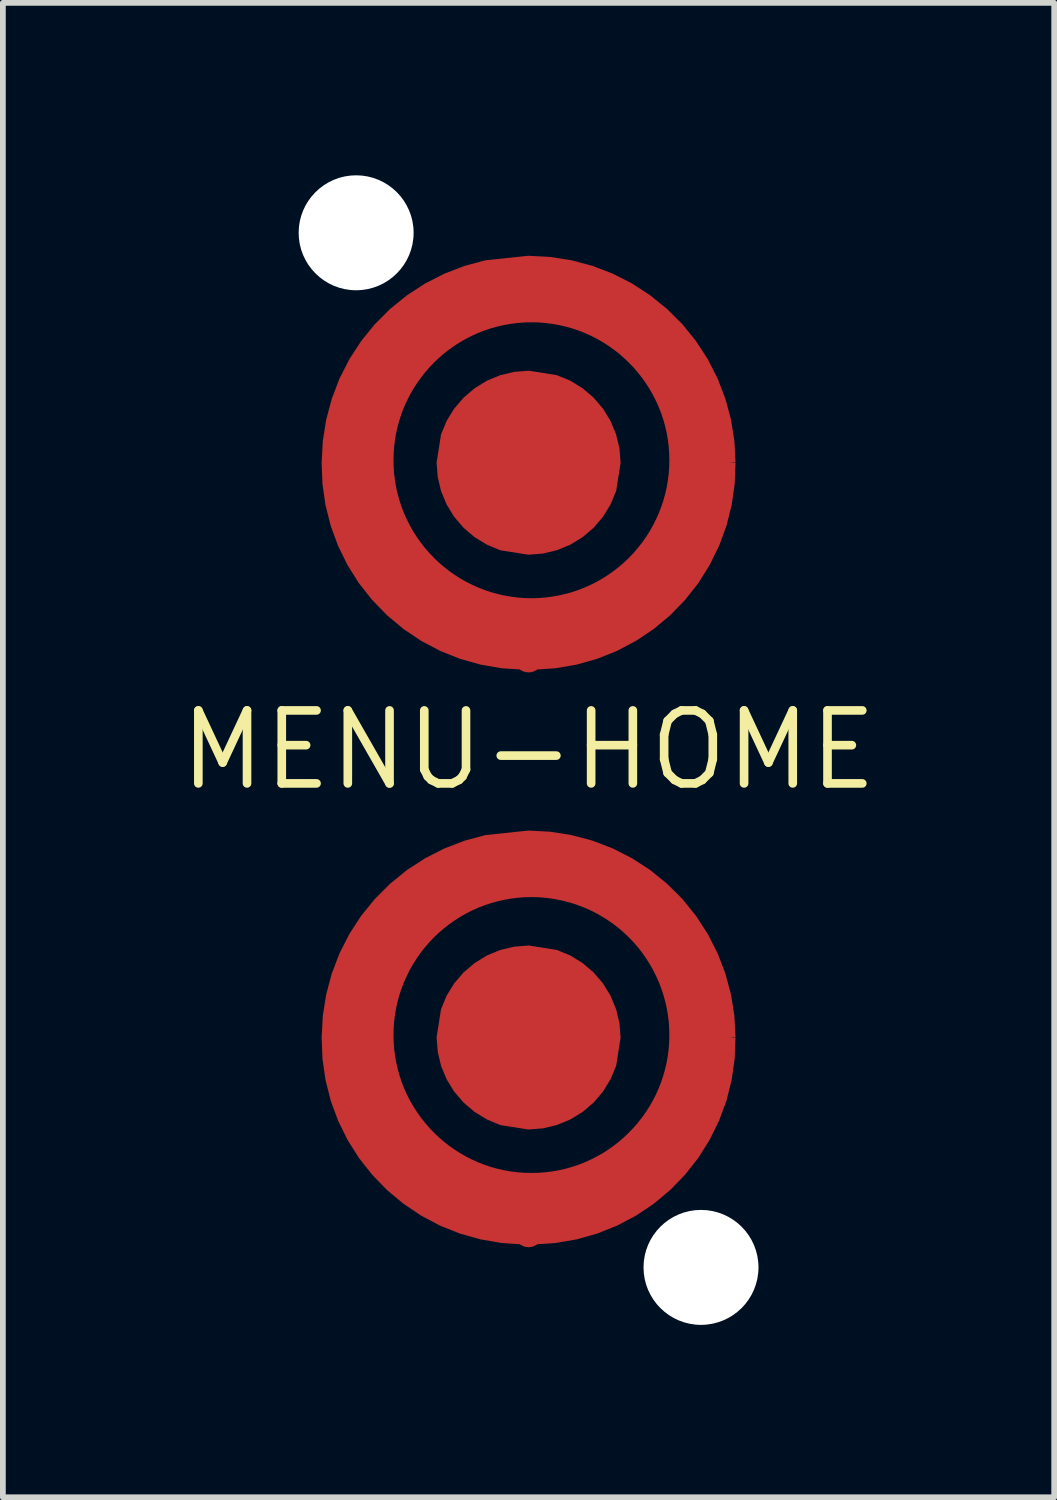
<source format=kicad_pcb>
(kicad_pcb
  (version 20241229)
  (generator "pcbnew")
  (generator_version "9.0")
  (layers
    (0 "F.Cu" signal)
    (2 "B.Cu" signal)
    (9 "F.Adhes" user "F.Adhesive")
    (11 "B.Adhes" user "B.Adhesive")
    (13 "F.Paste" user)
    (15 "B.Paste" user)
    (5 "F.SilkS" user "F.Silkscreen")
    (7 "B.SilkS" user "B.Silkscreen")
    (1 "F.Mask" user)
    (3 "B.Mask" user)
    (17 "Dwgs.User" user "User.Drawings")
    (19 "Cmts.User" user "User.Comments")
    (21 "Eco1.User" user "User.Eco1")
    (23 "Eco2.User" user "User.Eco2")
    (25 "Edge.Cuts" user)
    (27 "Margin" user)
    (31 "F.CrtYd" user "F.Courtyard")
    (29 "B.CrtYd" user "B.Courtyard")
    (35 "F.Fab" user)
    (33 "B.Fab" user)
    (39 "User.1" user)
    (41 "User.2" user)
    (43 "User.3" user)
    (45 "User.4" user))
  (footprint "MENU-HOME"
    (layer "F.Cu")
    (at 6.146 10)
    (property "Reference" "MENU-HOME" (at 0 0 0) (layer "F.SilkS") (effects (font (size 1.27 1.27) (thickness 0.15))))
    (fp_poly (pts (xy 0.402 -9.08) (xy 0.8 -9.021) (xy 1.19 -8.924) (xy 1.569 -8.788) (xy 1.933 -8.616) (xy 2.278 -8.409) (xy 2.601 -8.169) (xy 2.899 -7.899) (xy 3.169 -7.601) (xy 3.409 -7.278) (xy 3.616 -6.933) (xy 3.788 -6.569) (xy 3.924 -6.19) (xy 4.022 -5.798) (xy 4.1 -5.002) (xy 4.08 -4.598) (xy 4.021 -4.2) (xy 3.924 -3.81) (xy 3.788 -3.431) (xy 3.616 -3.067) (xy 3.409 -2.722) (xy 3.169 -2.399) (xy 2.899 -2.101) (xy 2.601 -1.831) (xy 2.278 -1.591) (xy 1.933 -1.384) (xy 1.569 -1.212) (xy 1.19 -1.076) (xy 0.798 -0.978) (xy 0.002 -0.9) (xy -0.402 -0.92) (xy -0.8 -0.979) (xy -1.19 -1.076) (xy -1.569 -1.212) (xy -1.933 -1.384) (xy -2.278 -1.591) (xy -2.601 -1.831) (xy -2.899 -2.101) (xy -3.169 -2.399) (xy -3.409 -2.722) (xy -3.616 -3.067) (xy -3.788 -3.431) (xy -3.924 -3.81) (xy -4.022 -4.202) (xy -4.1 -4.998) (xy -4.08 -5.402) (xy -4.021 -5.8) (xy -3.924 -6.19) (xy -3.788 -6.569) (xy -3.616 -6.933) (xy -3.409 -7.278) (xy -3.169 -7.601) (xy -2.899 -7.899) (xy -2.601 -8.169) (xy -2.278 -8.409) (xy -1.933 -8.616) (xy -1.569 -8.788) (xy -1.19 -8.924) (xy -0.798 -9.022) (xy -0.002 -9.1)) (stroke (width 0) (type default)) (fill yes) (layer "F.Mask"))
    (fp_poly (pts (xy 0.402 0.92) (xy 0.8 0.979) (xy 1.19 1.076) (xy 1.569 1.212) (xy 1.933 1.384) (xy 2.278 1.591) (xy 2.601 1.831) (xy 2.899 2.101) (xy 3.169 2.399) (xy 3.409 2.722) (xy 3.616 3.067) (xy 3.788 3.431) (xy 3.924 3.81) (xy 4.022 4.202) (xy 4.1 4.998) (xy 4.08 5.402) (xy 4.021 5.8) (xy 3.924 6.19) (xy 3.788 6.569) (xy 3.616 6.933) (xy 3.409 7.278) (xy 3.169 7.601) (xy 2.899 7.899) (xy 2.601 8.169) (xy 2.278 8.409) (xy 1.933 8.616) (xy 1.569 8.788) (xy 1.19 8.924) (xy 0.798 9.022) (xy 0.002 9.1) (xy -0.402 9.08) (xy -0.8 9.021) (xy -1.19 8.924) (xy -1.569 8.788) (xy -1.933 8.616) (xy -2.278 8.409) (xy -2.601 8.169) (xy -2.899 7.899) (xy -3.169 7.601) (xy -3.409 7.278) (xy -3.616 6.933) (xy -3.788 6.569) (xy -3.924 6.19) (xy -4.022 5.798) (xy -4.1 5.002) (xy -4.08 4.598) (xy -4.021 4.2) (xy -3.924 3.81) (xy -3.788 3.431) (xy -3.616 3.067) (xy -3.409 2.722) (xy -3.169 2.399) (xy -2.899 2.101) (xy -2.601 1.831) (xy -2.278 1.591) (xy -1.933 1.384) (xy -1.569 1.212) (xy -1.19 1.076) (xy -0.798 0.978) (xy -0.002 0.9)) (stroke (width 0) (type default)) (fill yes) (layer "F.Mask"))
    (pad "" np_thru_hole circle (at -3 -9) (size 2 2) (drill 2) (layers "*.Cu" "*.Mask"))
    (pad "" np_thru_hole circle (at 3 9) (size 2 2) (drill 2) (layers "*.Cu" "*.Mask"))
    (pad "GND3" smd custom (at 0 -1.6 90) (size 0.5 0.5) (layers "F.Cu" "F.Mask") (options (anchor circle)) (primitives (gr_poly (pts (xy -0.25 0) (xy -0.231 -0.096) (xy -0.177 -0.177) (xy -0.096 -0.231) (xy 0 -0.25) (xy 0.096 -0.231) (xy 0.177 -0.177) (xy 0.231 -0.096) (xy 0.25 0) (xy 0.231 0.096) (xy 0.177 0.177) (xy 0.096 0.231) (xy 0 0.25) (xy -0.096 0.231) (xy -0.177 0.177) (xy -0.231 0.096) (xy -0.25 0)) (width 0) (fill yes)) (gr_poly (pts (xy 3.776 -3.58) (xy 4.148 -3.521) (xy 4.512 -3.424) (xy 4.864 -3.289) (xy 5.2 -3.118) (xy 5.516 -2.913) (xy 5.809 -2.675) (xy 6.075 -2.409) (xy 6.312 -2.116) (xy 6.518 -1.8) (xy 6.689 -1.464) (xy 6.824 -1.113) (xy 6.922 -0.746) (xy 7 -0.003) (xy 6.98 0.376) (xy 6.921 0.749) (xy 6.824 1.113) (xy 6.689 1.464) (xy 6.518 1.8) (xy 6.312 2.116) (xy 6.075 2.409) (xy 5.809 2.676) (xy 5.516 2.913) (xy 5.2 3.118) (xy 4.864 3.289) (xy 4.512 3.424) (xy 4.148 3.522) (xy 3.776 3.581) (xy 3.405 3.6) (xy 3.4 3.5) (xy 3.396 3.6) (xy 3.03 3.586) (xy 2.662 3.533) (xy 2.302 3.443) (xy 1.953 3.314) (xy 1.619 3.15) (xy 1.304 2.953) (xy 1.013 2.723) (xy 0.746 2.464) (xy 0.508 2.179) (xy 0.301 1.87) (xy 0.127 1.541) (xy -0.011 1.196) (xy -0.112 0.839) (xy -0.176 0.472) (xy -0.204 0.05) (xy 1.042 0.05) (xy 1.045 0.169) (xy 1.054 0.287) (xy 1.069 0.404) (xy 1.089 0.52) (xy 1.115 0.635) (xy 1.146 0.748) (xy 1.183 0.859) (xy 1.225 0.968) (xy 1.273 1.075) (xy 1.325 1.18) (xy 1.383 1.282) (xy 1.446 1.381) (xy 1.514 1.477) (xy 1.586 1.571) (xy 1.664 1.66) (xy 1.746 1.747) (xy 1.832 1.829) (xy 1.922 1.906) (xy 2.015 1.979) (xy 2.111 2.046) (xy 2.211 2.109) (xy 2.313 2.167) (xy 2.417 2.219) (xy 2.524 2.267) (xy 2.634 2.309) (xy 2.745 2.346) (xy 2.858 2.377) (xy 2.972 2.403) (xy 3.089 2.423) (xy 3.206 2.438) (xy 3.324 2.446) (xy 3.443 2.449) (xy 3.567 2.446) (xy 3.688 2.437) (xy 3.808 2.422) (xy 3.927 2.401) (xy 4.043 2.374) (xy 4.157 2.341) (xy 4.268 2.304) (xy 4.377 2.261) (xy 4.483 2.213) (xy 4.587 2.16) (xy 4.687 2.102) (xy 4.785 2.039) (xy 4.879 1.973) (xy 4.969 1.901) (xy 5.057 1.826) (xy 5.14 1.746) (xy 5.219 1.663) (xy 5.295 1.576) (xy 5.366 1.485) (xy 5.433 1.391) (xy 5.495 1.294) (xy 5.553 1.193) (xy 5.606 1.09) (xy 5.654 0.984) (xy 5.697 0.875) (xy 5.735 0.763) (xy 5.767 0.649) (xy 5.794 0.533) (xy 5.815 0.415) (xy 5.83 0.295) (xy 5.84 0.173) (xy 5.843 0.05) (xy 5.84 -0.074) (xy 5.83 -0.196) (xy 5.815 -0.316) (xy 5.794 -0.434) (xy 5.767 -0.55) (xy 5.735 -0.664) (xy 5.697 -0.776) (xy 5.654 -0.885) (xy 5.606 -0.991) (xy 5.553 -1.094) (xy 5.495 -1.195) (xy 5.433 -1.292) (xy 5.366 -1.386) (xy 5.295 -1.477) (xy 5.219 -1.564) (xy 5.14 -1.647) (xy 5.056 -1.727) (xy 4.969 -1.802) (xy 4.879 -1.873) (xy 4.785 -1.94) (xy 4.687 -2.003) (xy 4.587 -2.061) (xy 4.483 -2.114) (xy 4.377 -2.162) (xy 4.268 -2.205) (xy 4.156 -2.242) (xy 4.043 -2.275) (xy 3.927 -2.302) (xy 3.808 -2.323) (xy 3.688 -2.338) (xy 3.566 -2.347) (xy 3.443 -2.35) (xy 3.443 -2.35) (xy 3.324 -2.347) (xy 3.205 -2.339) (xy 3.088 -2.324) (xy 2.972 -2.304) (xy 2.858 -2.278) (xy 2.745 -2.247) (xy 2.633 -2.21) (xy 2.524 -2.168) (xy 2.417 -2.12) (xy 2.312 -2.068) (xy 2.21 -2.01) (xy 2.111 -1.947) (xy 2.015 -1.879) (xy 1.922 -1.807) (xy 1.832 -1.729) (xy 1.746 -1.647) (xy 1.663 -1.561) (xy 1.586 -1.471) (xy 1.513 -1.378) (xy 1.446 -1.282) (xy 1.383 -1.183) (xy 1.325 -1.08) (xy 1.273 -0.976) (xy 1.225 -0.869) (xy 1.183 -0.76) (xy 1.146 -0.648) (xy 1.115 -0.535) (xy 1.089 -0.421) (xy 1.069 -0.305) (xy 1.054 -0.188) (xy 1.045 -0.069) (xy 1.042 0.05) (xy -0.204 0.05) (xy -0.207 -0.000047) (xy -0.1 -0.000047) (xy -0.1 -0.1) (xy -0.2 -0.106) (xy -0.176 -0.472) (xy -0.112 -0.838) (xy -0.011 -1.196) (xy 0.127 -1.541) (xy 0.301 -1.87) (xy 0.508 -2.178) (xy 0.746 -2.463) (xy 1.013 -2.722) (xy 1.304 -2.952) (xy 1.619 -3.15) (xy 1.953 -3.314) (xy 2.302 -3.442) (xy 2.662 -3.533) (xy 3.03 -3.586) (xy 3.4 -3.6)) (width 0) (fill yes))))
    (pad "GND4" smd custom (at 0 8.4 90) (size 0.5 0.5) (layers "F.Cu" "F.Mask") (options (anchor circle)) (primitives (gr_poly (pts (xy -0.25 0) (xy -0.231 -0.096) (xy -0.177 -0.177) (xy -0.096 -0.231) (xy 0 -0.25) (xy 0.096 -0.231) (xy 0.177 -0.177) (xy 0.231 -0.096) (xy 0.25 0) (xy 0.231 0.096) (xy 0.177 0.177) (xy 0.096 0.231) (xy 0 0.25) (xy -0.096 0.231) (xy -0.177 0.177) (xy -0.231 0.096) (xy -0.25 0)) (width 0) (fill yes)) (gr_poly (pts (xy 3.776 -3.58) (xy 4.148 -3.521) (xy 4.512 -3.424) (xy 4.864 -3.289) (xy 5.2 -3.118) (xy 5.516 -2.913) (xy 5.809 -2.675) (xy 6.075 -2.409) (xy 6.313 -2.116) (xy 6.518 -1.8) (xy 6.689 -1.464) (xy 6.824 -1.113) (xy 6.922 -0.746) (xy 7 -0.003) (xy 6.98 0.376) (xy 6.921 0.749) (xy 6.824 1.113) (xy 6.689 1.464) (xy 6.518 1.8) (xy 6.313 2.116) (xy 6.075 2.409) (xy 5.809 2.676) (xy 5.516 2.913) (xy 5.2 3.118) (xy 4.864 3.289) (xy 4.512 3.424) (xy 4.148 3.522) (xy 3.776 3.581) (xy 3.405 3.6) (xy 3.4 3.5) (xy 3.396 3.6) (xy 3.03 3.586) (xy 2.662 3.533) (xy 2.301 3.443) (xy 1.953 3.314) (xy 1.619 3.15) (xy 1.305 2.953) (xy 1.013 2.723) (xy 0.746 2.464) (xy 0.508 2.179) (xy 0.301 1.87) (xy 0.127 1.541) (xy -0.011 1.196) (xy -0.112 0.839) (xy -0.175 0.472) (xy -0.204 0.05) (xy 1.043 0.05) (xy 1.046 0.173) (xy 1.055 0.295) (xy 1.07 0.415) (xy 1.091 0.533) (xy 1.118 0.649) (xy 1.151 0.763) (xy 1.188 0.875) (xy 1.231 0.984) (xy 1.279 1.09) (xy 1.332 1.193) (xy 1.39 1.294) (xy 1.452 1.391) (xy 1.519 1.485) (xy 1.591 1.576) (xy 1.666 1.663) (xy 1.746 1.746) (xy 1.829 1.826) (xy 1.916 1.901) (xy 2.007 1.973) (xy 2.101 2.04) (xy 2.198 2.102) (xy 2.299 2.16) (xy 2.402 2.213) (xy 2.508 2.261) (xy 2.617 2.304) (xy 2.729 2.341) (xy 2.843 2.374) (xy 2.959 2.401) (xy 3.077 2.422) (xy 3.197 2.437) (xy 3.319 2.446) (xy 3.443 2.449) (xy 3.562 2.446) (xy 3.68 2.438) (xy 3.797 2.423) (xy 3.913 2.403) (xy 4.028 2.377) (xy 4.141 2.346) (xy 4.252 2.309) (xy 4.361 2.267) (xy 4.468 2.219) (xy 4.573 2.167) (xy 4.675 2.109) (xy 4.774 2.046) (xy 4.871 1.979) (xy 4.964 1.906) (xy 5.054 1.829) (xy 5.14 1.747) (xy 5.222 1.66) (xy 5.299 1.571) (xy 5.372 1.477) (xy 5.44 1.381) (xy 5.502 1.282) (xy 5.56 1.18) (xy 5.613 1.075) (xy 5.66 0.968) (xy 5.702 0.859) (xy 5.739 0.748) (xy 5.77 0.635) (xy 5.796 0.52) (xy 5.816 0.404) (xy 5.831 0.287) (xy 5.84 0.169) (xy 5.843 0.05) (xy 5.84 -0.069) (xy 5.831 -0.188) (xy 5.816 -0.305) (xy 5.796 -0.421) (xy 5.77 -0.535) (xy 5.739 -0.648) (xy 5.702 -0.76) (xy 5.66 -0.869) (xy 5.613 -0.976) (xy 5.56 -1.081) (xy 5.502 -1.183) (xy 5.439 -1.282) (xy 5.372 -1.378) (xy 5.299 -1.471) (xy 5.222 -1.561) (xy 5.14 -1.648) (xy 5.053 -1.73) (xy 4.964 -1.807) (xy 4.87 -1.88) (xy 4.774 -1.947) (xy 4.675 -2.01) (xy 4.573 -2.068) (xy 4.468 -2.12) (xy 4.361 -2.168) (xy 4.252 -2.21) (xy 4.141 -2.247) (xy 4.027 -2.278) (xy 3.913 -2.304) (xy 3.797 -2.324) (xy 3.68 -2.339) (xy 3.561 -2.347) (xy 3.442 -2.35) (xy 3.442 -2.35) (xy 3.319 -2.347) (xy 3.197 -2.338) (xy 3.077 -2.323) (xy 2.959 -2.301) (xy 2.843 -2.275) (xy 2.729 -2.242) (xy 2.617 -2.205) (xy 2.508 -2.162) (xy 2.402 -2.114) (xy 2.298 -2.061) (xy 2.198 -2.003) (xy 2.101 -1.94) (xy 2.006 -1.873) (xy 1.916 -1.802) (xy 1.829 -1.727) (xy 1.745 -1.647) (xy 1.666 -1.564) (xy 1.591 -1.477) (xy 1.519 -1.386) (xy 1.452 -1.292) (xy 1.39 -1.195) (xy 1.332 -1.094) (xy 1.279 -0.991) (xy 1.231 -0.884) (xy 1.188 -0.775) (xy 1.15 -0.664) (xy 1.118 -0.55) (xy 1.091 -0.434) (xy 1.07 -0.316) (xy 1.055 -0.196) (xy 1.046 -0.074) (xy 1.043 0.05) (xy -0.204 0.05) (xy -0.207 -0.000047) (xy -0.1 -0.000047) (xy -0.1 -0.1) (xy -0.2 -0.106) (xy -0.175 -0.472) (xy -0.112 -0.838) (xy -0.011 -1.196) (xy 0.127 -1.541) (xy 0.301 -1.87) (xy 0.508 -2.178) (xy 0.746 -2.463) (xy 1.013 -2.722) (xy 1.305 -2.952) (xy 1.619 -3.15) (xy 1.953 -3.314) (xy 2.301 -3.442) (xy 2.662 -3.533) (xy 3.03 -3.586) (xy 3.401 -3.6)) (width 0) (fill yes)) (gr_poly (pts (xy 0.3 0.473) (xy 0.3 -0.473) (xy 0.537 -0.063) (xy 0.537 0.063)) (width 0) (fill yes))))
    (pad "HOME" smd custom (at 0 5 90) (size 0.5 0.5) (layers "F.Cu" "F.Mask") (options (anchor circle)) (primitives (gr_poly (pts (xy -0.25 0) (xy -0.231 -0.096) (xy -0.177 -0.177) (xy -0.096 -0.231) (xy 0 -0.25) (xy 0.096 -0.231) (xy 0.177 -0.177) (xy 0.231 -0.096) (xy 0.25 0) (xy 0.231 0.096) (xy 0.177 0.177) (xy 0.096 0.231) (xy 0 0.25) (xy -0.096 0.231) (xy -0.177 0.177) (xy -0.231 0.096) (xy -0.25 0)) (width 0) (fill yes)) (gr_poly (pts (xy 0.491 -1.523) (xy 0.726 -1.426) (xy 0.94 -1.295) (xy 1.131 -1.131) (xy 1.294 -0.94) (xy 1.426 -0.726) (xy 1.522 -0.494) (xy 1.58 -0.25) (xy 1.6 0.004) (xy 1.523 0.491) (xy 1.426 0.727) (xy 1.294 0.941) (xy 1.131 1.132) (xy 0.94 1.295) (xy 0.726 1.426) (xy 0.494 1.522) (xy 0.25 1.581) (xy -0.004 1.601) (xy -0.491 1.524) (xy -0.727 1.426) (xy -0.941 1.295) (xy -1.132 1.132) (xy -1.295 0.941) (xy -1.426 0.727) (xy -1.522 0.495) (xy -1.581 0.25) (xy -1.601 -0.004) (xy -1.524 -0.491) (xy -1.426 -0.726) (xy -1.295 -0.94) (xy -1.132 -1.131) (xy -0.941 -1.295) (xy -0.727 -1.426) (xy -0.495 -1.522) (xy -0.251 -1.58) (xy 0.004 -1.6)) (width 0) (fill yes))))
    (pad "MENU" smd custom (at 0 -5 90) (size 0.5 0.5) (layers "F.Cu" "F.Mask") (options (anchor circle)) (primitives (gr_poly (pts (xy -0.25 0) (xy -0.231 -0.096) (xy -0.177 -0.177) (xy -0.096 -0.231) (xy 0 -0.25) (xy 0.096 -0.231) (xy 0.177 -0.177) (xy 0.231 -0.096) (xy 0.25 0) (xy 0.231 0.096) (xy 0.177 0.177) (xy 0.096 0.231) (xy 0 0.25) (xy -0.096 0.231) (xy -0.177 0.177) (xy -0.231 0.096) (xy -0.25 0)) (width 0) (fill yes)) (gr_poly (pts (xy 0.491 -1.523) (xy 0.726 -1.426) (xy 0.94 -1.295) (xy 1.131 -1.131) (xy 1.294 -0.94) (xy 1.426 -0.726) (xy 1.522 -0.494) (xy 1.58 -0.25) (xy 1.6 0.004) (xy 1.523 0.491) (xy 1.426 0.727) (xy 1.294 0.941) (xy 1.131 1.132) (xy 0.94 1.295) (xy 0.726 1.426) (xy 0.494 1.522) (xy 0.25 1.581) (xy -0.004 1.601) (xy -0.491 1.524) (xy -0.727 1.426) (xy -0.941 1.295) (xy -1.132 1.132) (xy -1.295 0.941) (xy -1.426 0.727) (xy -1.522 0.495) (xy -1.581 0.25) (xy -1.6 0.004) (xy -1.6 -0.008) (xy -1.524 -0.491) (xy -1.426 -0.726) (xy -1.295 -0.94) (xy -1.132 -1.131) (xy -0.941 -1.295) (xy -0.727 -1.426) (xy -0.495 -1.522) (xy -0.251 -1.58) (xy 0.004 -1.6)) (width 0) (fill yes))))
    (zone (net_name "") (layer "F.Cu") (hatch edge 0.5) (connect_pads) (min_thickness 0.25) (filled_areas_thickness no) (keepout (tracks not_allowed) (vias not_allowed) (pads not_allowed) (copperpour not_allowed) (footprints allowed)) (placement (enabled no)) (fill) (polygon (pts (xy 10.696 5) (xy 10.676 4.574) (xy 10.616 4.152) (xy 10.517 3.737) (xy 10.379 3.333) (xy 10.205 2.944) (xy 9.994 2.573) (xy 9.75 2.223) (xy 9.474 1.898) (xy 9.169 1.6) (xy 8.837 1.332) (xy 8.482 1.096) (xy 8.106 0.894) (xy 7.713 0.728) (xy 7.306 0.6) (xy 6.889 0.511) (xy 6.465 0.461) (xy 6.039 0.451) (xy 5.613 0.481) (xy 5.193 0.551) (xy 4.78 0.66) (xy 4.38 0.807) (xy 3.995 0.99) (xy 3.629 1.209) (xy 3.285 1.462) (xy 2.966 1.745) (xy 2.675 2.057) (xy 2.415 2.395) (xy 2.188 2.756) (xy 1.995 3.136) (xy 1.839 3.533) (xy 1.72 3.943) (xy 1.641 4.362) (xy 1.601 4.787) (xy 1.601 5.213) (xy 1.641 5.638) (xy 1.72 6.057) (xy 1.839 6.467) (xy 1.995 6.864) (xy 2.188 7.244) (xy 2.415 7.605) (xy 2.675 7.943) (xy 2.966 8.255) (xy 3.285 8.538) (xy 3.629 8.791) (xy 3.995 9.01) (xy 4.38 9.193) (xy 4.78 9.34) (xy 5.193 9.449) (xy 5.613 9.519) (xy 6.039 9.549) (xy 6.465 9.539) (xy 6.889 9.489) (xy 7.306 9.4) (xy 7.713 9.272) (xy 8.106 9.106) (xy 8.482 8.904) (xy 8.837 8.668) (xy 9.169 8.4) (xy 9.474 8.102) (xy 9.75 7.777) (xy 9.994 7.427) (xy 10.205 7.056) (xy 10.379 6.667) (xy 10.517 6.263) (xy 10.616 5.848) (xy 10.676 5.426))) (polygon (pts (xy 9.996 5) (xy 9.976 4.611) (xy 9.917 4.225) (xy 9.819 3.847) (xy 9.684 3.482) (xy 9.512 3.132) (xy 9.306 2.801) (xy 9.067 2.492) (xy 8.798 2.21) (xy 8.502 1.956) (xy 8.182 1.733) (xy 7.841 1.543) (xy 7.483 1.39) (xy 7.111 1.273) (xy 6.729 1.194) (xy 6.341 1.155) (xy 5.951 1.155) (xy 5.563 1.194) (xy 5.181 1.273) (xy 4.808 1.39) (xy 4.45 1.543) (xy 4.109 1.733) (xy 3.789 1.956) (xy 3.493 2.21) (xy 3.224 2.492) (xy 2.986 2.801) (xy 2.779 3.132) (xy 2.608 3.482) (xy 2.472 3.847) (xy 2.374 4.225) (xy 2.315 4.611) (xy 2.296 5) (xy 2.315 5.389) (xy 2.374 5.775) (xy 2.472 6.153) (xy 2.608 6.518) (xy 2.779 6.868) (xy 2.986 7.199) (xy 3.224 7.508) (xy 3.493 7.79) (xy 3.789 8.044) (xy 4.109 8.267) (xy 4.45 8.457) (xy 4.808 8.61) (xy 5.181 8.727) (xy 5.563 8.806) (xy 5.951 8.845) (xy 6.341 8.845) (xy 6.729 8.806) (xy 7.111 8.727) (xy 7.483 8.61) (xy 7.841 8.457) (xy 8.182 8.267) (xy 8.502 8.044) (xy 8.798 7.79) (xy 9.067 7.508) (xy 9.306 7.199) (xy 9.512 6.868) (xy 9.684 6.518) (xy 9.819 6.153) (xy 9.917 5.775) (xy 9.976 5.389))))
    (zone (net_name "") (layer "F.Cu") (hatch edge 0.5) (connect_pads) (min_thickness 0.25) (filled_areas_thickness no) (keepout (tracks not_allowed) (vias not_allowed) (pads not_allowed) (copperpour not_allowed) (footprints allowed)) (placement (enabled no)) (fill) (polygon (pts (xy 10.696 15) (xy 10.676 14.574) (xy 10.616 14.152) (xy 10.517 13.737) (xy 10.379 13.333) (xy 10.205 12.944) (xy 9.994 12.573) (xy 9.75 12.223) (xy 9.474 11.898) (xy 9.169 11.6) (xy 8.837 11.332) (xy 8.482 11.096) (xy 8.106 10.894) (xy 7.713 10.728) (xy 7.306 10.6) (xy 6.889 10.511) (xy 6.465 10.461) (xy 6.039 10.451) (xy 5.613 10.481) (xy 5.193 10.551) (xy 4.78 10.66) (xy 4.38 10.807) (xy 3.995 10.99) (xy 3.629 11.209) (xy 3.285 11.462) (xy 2.966 11.745) (xy 2.675 12.057) (xy 2.415 12.395) (xy 2.188 12.756) (xy 1.995 13.136) (xy 1.839 13.533) (xy 1.72 13.943) (xy 1.641 14.362) (xy 1.601 14.787) (xy 1.601 15.213) (xy 1.641 15.638) (xy 1.72 16.057) (xy 1.839 16.467) (xy 1.995 16.864) (xy 2.188 17.244) (xy 2.415 17.605) (xy 2.675 17.943) (xy 2.966 18.255) (xy 3.285 18.538) (xy 3.629 18.791) (xy 3.995 19.01) (xy 4.38 19.193) (xy 4.78 19.34) (xy 5.193 19.449) (xy 5.613 19.519) (xy 6.039 19.549) (xy 6.465 19.539) (xy 6.889 19.489) (xy 7.306 19.4) (xy 7.713 19.272) (xy 8.106 19.106) (xy 8.482 18.904) (xy 8.837 18.668) (xy 9.169 18.4) (xy 9.474 18.102) (xy 9.75 17.777) (xy 9.994 17.427) (xy 10.205 17.056) (xy 10.379 16.667) (xy 10.517 16.263) (xy 10.616 15.848) (xy 10.676 15.426))) (polygon (pts (xy 9.996 15) (xy 9.976 14.611) (xy 9.917 14.225) (xy 9.819 13.847) (xy 9.684 13.482) (xy 9.512 13.132) (xy 9.306 12.801) (xy 9.067 12.492) (xy 8.798 12.21) (xy 8.502 11.956) (xy 8.182 11.733) (xy 7.841 11.543) (xy 7.483 11.39) (xy 7.111 11.273) (xy 6.729 11.194) (xy 6.341 11.155) (xy 5.951 11.155) (xy 5.563 11.194) (xy 5.181 11.273) (xy 4.808 11.39) (xy 4.45 11.543) (xy 4.109 11.733) (xy 3.789 11.956) (xy 3.493 12.21) (xy 3.224 12.492) (xy 2.986 12.801) (xy 2.779 13.132) (xy 2.608 13.482) (xy 2.472 13.847) (xy 2.374 14.225) (xy 2.315 14.611) (xy 2.296 15) (xy 2.315 15.389) (xy 2.374 15.775) (xy 2.472 16.153) (xy 2.608 16.518) (xy 2.779 16.868) (xy 2.986 17.199) (xy 3.224 17.508) (xy 3.493 17.79) (xy 3.789 18.044) (xy 4.109 18.267) (xy 4.45 18.457) (xy 4.808 18.61) (xy 5.181 18.727) (xy 5.563 18.806) (xy 5.951 18.845) (xy 6.341 18.845) (xy 6.729 18.806) (xy 7.111 18.727) (xy 7.483 18.61) (xy 7.841 18.457) (xy 8.182 18.267) (xy 8.502 18.044) (xy 8.798 17.79) (xy 9.067 17.508) (xy 9.306 17.199) (xy 9.512 16.868) (xy 9.684 16.518) (xy 9.819 16.153) (xy 9.917 15.775) (xy 9.976 15.389)))))
  (gr_rect
    (start -3 -3)
    (end 15.291 23)
    (stroke (width 0.1) (type default))
    (fill no)
    (layer "Edge.Cuts")))
</source>
